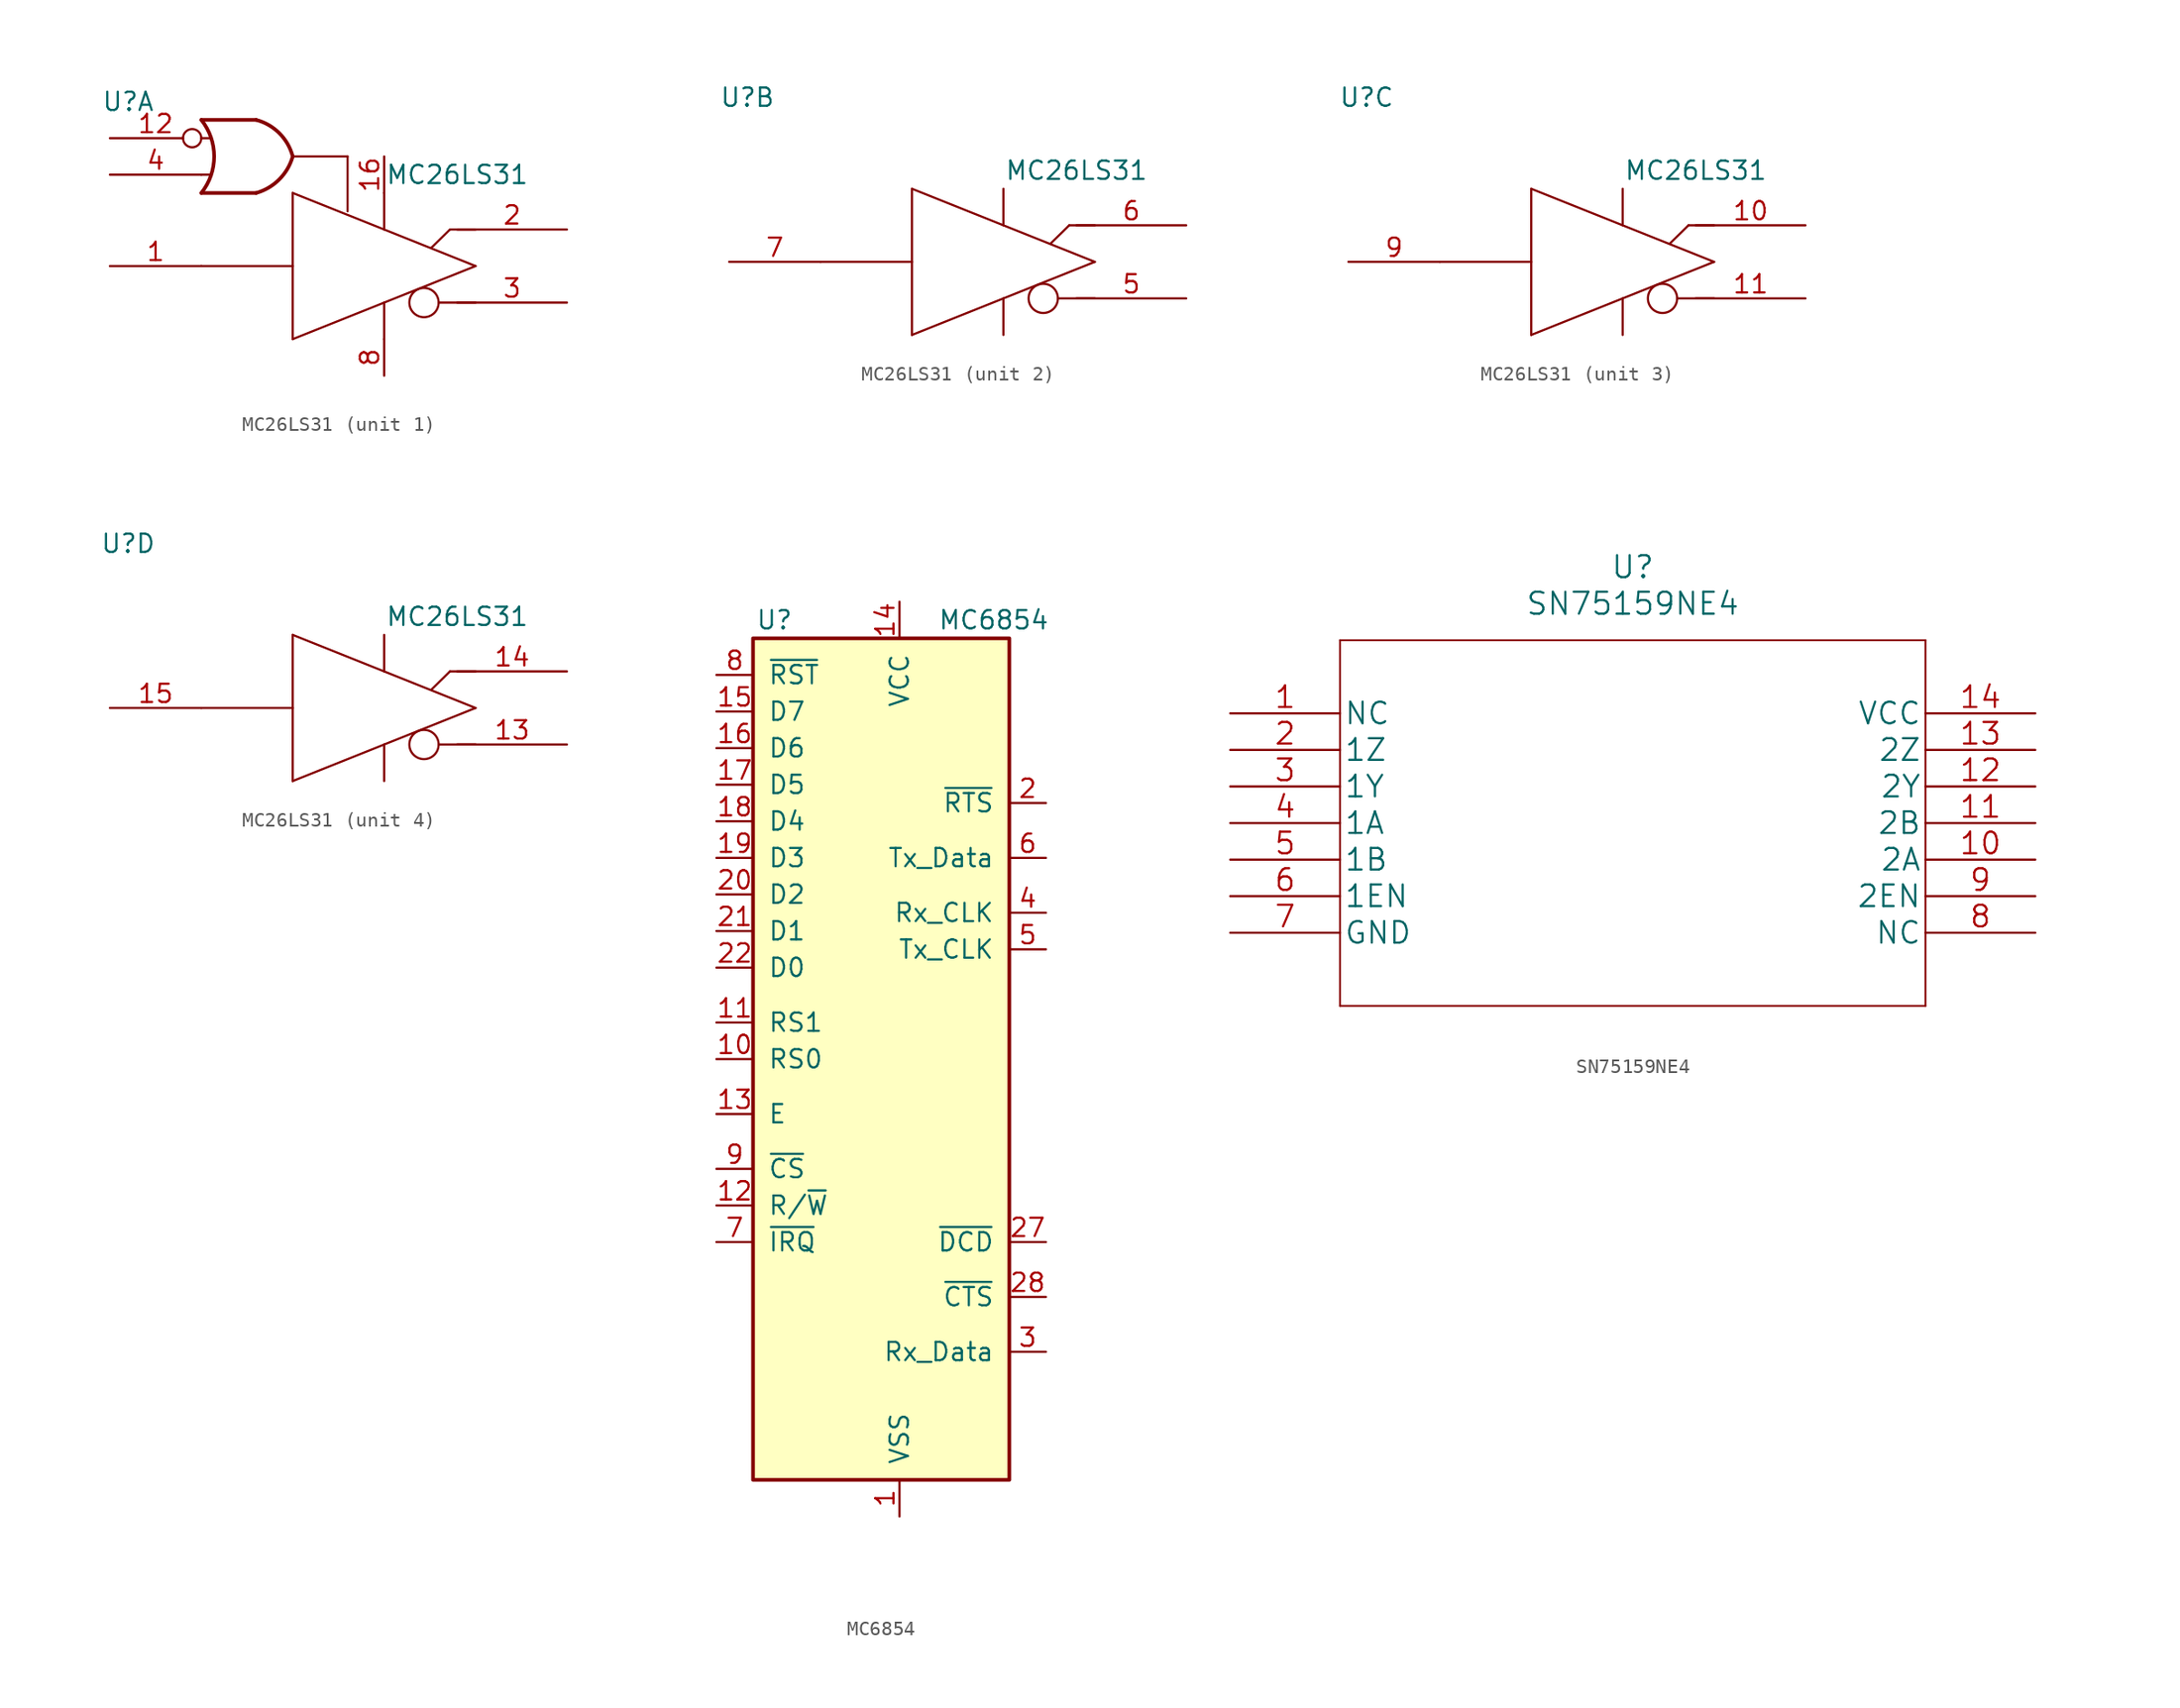
<source format=kicad_sym>
(kicad_symbol_lib
  (version 20241209)
  (generator "kicad_symbol_editor")
  (generator_version "9.0")
  (symbol "MC26LS31"
    (pin_names
      (offset 1.016)
      (hide yes))
    (property "Reference" "U"
      (at -17.78 11.43 0)
      (effects (font (size 1.27 1.27))))
    (property "Value" "MC26LS31"
      (at 5.08 6.35 0)
      (effects (font (size 1.27 1.27))))
    (property "ki_locked" ""
      (at 0 0 0)
      (effects (font (size 1.27 1.27))))
    (symbol "MC26LS31_0_1"
      (polyline (pts (xy -12.7 0) (xy -6.35 0)) (stroke (width 0) (type default)) (fill (type none)))
      (polyline (pts (xy -6.35 5.08) (xy -6.35 -5.08)) (stroke (width 0) (type default)) (fill (type none)))
      (polyline (pts (xy -6.35 -5.08) (xy 6.35 0)) (stroke (width 0) (type default)) (fill (type none)))
      (polyline (pts (xy 0 5.08) (xy 0 2.54)) (stroke (width 0) (type default)) (fill (type none)))
      (polyline (pts (xy 0 -5.08) (xy 0 -2.54)) (stroke (width 0) (type default)) (fill (type none)))
      (circle (center 2.769 -2.54) (radius 1.016) (stroke (width 0) (type default)) (fill (type none)))
      (polyline (pts (xy 3.81 -2.54) (xy 6.35 -2.54)) (stroke (width 0) (type default)) (fill (type none)))
      (polyline (pts (xy 4.572 2.54) (xy 3.277 1.27)) (stroke (width 0) (type default)) (fill (type none)))
      (polyline (pts (xy 6.35 2.54) (xy 4.572 2.54)) (stroke (width 0) (type default)) (fill (type none)))
      (polyline (pts (xy 6.35 0) (xy -6.35 5.08)) (stroke (width 0) (type default)) (fill (type none))))
    (symbol "MC26LS31_1_1"
      (arc (start -12.7 10.16) (mid -11.809 7.62) (end -12.7 5.08) (stroke (width 0.254) (type default)) (fill (type none)))
      (polyline (pts (xy -12.7 8.89) (xy -12.065 8.89)) (stroke (width 0) (type default)) (fill (type none)))
      (polyline (pts (xy -12.7 6.35) (xy -12.065 6.35)) (stroke (width 0) (type default)) (fill (type none)))
      (arc (start -6.35 7.62) (mid -7.289 6.019) (end -8.89 5.08) (stroke (width 0.254) (type default)) (fill (type none)))
      (arc (start -8.89 10.16) (mid -7.2764 9.2336) (end -6.35 7.62) (stroke (width 0.254) (type default)) (fill (type none)))
      (polyline (pts (xy -8.89 10.16) (xy -12.7 10.16)) (stroke (width 0.254) (type default)) (fill (type background)))
      (polyline (pts (xy -8.89 5.08) (xy -12.7 5.08)) (stroke (width 0.254) (type default)) (fill (type background)))
      (polyline (pts (xy -6.35 7.62) (xy -2.54 7.62)) (stroke (width 0) (type default)) (fill (type none)))
      (polyline (pts (xy -2.54 3.81) (xy -2.54 7.62)) (stroke (width 0) (type default)) (fill (type none)))
      (pin input inverted (at -19.05 8.89 0) (length 6.35) (name "~{G}" (effects (font (size 1.27 1.27)))) (number "12" (effects (font (size 1.27 1.27)))))
      (pin input line (at -19.05 6.35 0) (length 6.35) (name "G" (effects (font (size 1.27 1.27)))) (number "4" (effects (font (size 1.27 1.27)))))
      (pin input line (at -19.05 0 0) (length 6.35) (name "3A" (effects (font (size 1.27 1.27)))) (number "1" (effects (font (size 1.27 1.27)))))
      (pin power_in line (at 0 7.62 270) (length 2.54) (name "+5V" (effects (font (size 1.27 1.27)))) (number "16" (effects (font (size 1.27 1.27)))))
      (pin power_in line (at 0 -7.62 90) (length 2.54) (name "GND" (effects (font (size 1.27 1.27)))) (number "8" (effects (font (size 1.27 1.27)))))
      (pin tri_state line (at 12.7 2.54 180) (length 7.62) (name "3Y" (effects (font (size 1.27 1.27)))) (number "2" (effects (font (size 1.27 1.27)))))
      (pin tri_state line (at 12.7 -2.54 180) (length 7.62) (name "3Z" (effects (font (size 1.27 1.27)))) (number "3" (effects (font (size 1.27 1.27))))))
    (symbol "MC26LS31_2_1"
      (pin input line (at -19.05 0 0) (length 6.35) (name "3A" (effects (font (size 1.27 1.27)))) (number "7" (effects (font (size 1.27 1.27)))))
      (pin tri_state line (at 12.7 2.54 180) (length 7.62) (name "3Y" (effects (font (size 1.27 1.27)))) (number "6" (effects (font (size 1.27 1.27)))))
      (pin tri_state line (at 12.7 -2.54 180) (length 7.62) (name "3Z" (effects (font (size 1.27 1.27)))) (number "5" (effects (font (size 1.27 1.27))))))
    (symbol "MC26LS31_3_1"
      (pin input line (at -19.05 0 0) (length 6.35) (name "3A" (effects (font (size 1.27 1.27)))) (number "9" (effects (font (size 1.27 1.27)))))
      (pin tri_state line (at 12.7 2.54 180) (length 7.62) (name "3Y" (effects (font (size 1.27 1.27)))) (number "10" (effects (font (size 1.27 1.27)))))
      (pin tri_state line (at 12.7 -2.54 180) (length 7.62) (name "3Z" (effects (font (size 1.27 1.27)))) (number "11" (effects (font (size 1.27 1.27))))))
    (symbol "MC26LS31_4_1"
      (pin input line (at -19.05 0 0) (length 6.35) (name "3A" (effects (font (size 1.27 1.27)))) (number "15" (effects (font (size 1.27 1.27)))))
      (pin tri_state line (at 12.7 2.54 180) (length 7.62) (name "3Y" (effects (font (size 1.27 1.27)))) (number "14" (effects (font (size 1.27 1.27)))))
      (pin tri_state line (at 12.7 -2.54 180) (length 7.62) (name "3Z" (effects (font (size 1.27 1.27)))) (number "13" (effects (font (size 1.27 1.27)))))))
  (symbol "MC6854"
    (pin_names
      (offset 1.016))
    (property "Reference" "U"
      (at -7.366 31.75 0)
      (effects (font (size 1.27 1.27)) (justify right)))
    (property "Value" "MC6854"
      (at 10.414 31.75 0)
      (effects (font (size 1.27 1.27)) (justify right)))
    (symbol "MC6854_1_1"
      (rectangle (start -10.16 -27.94) (end 7.62 30.48) (stroke (width 0.254) (type default)) (fill (type background)))
      (pin input line (at -12.7 27.94 0) (length 2.54) (name "~{RST}" (effects (font (size 1.27 1.27)))) (number "8" (effects (font (size 1.27 1.27)))))
      (pin bidirectional line (at -12.7 25.4 0) (length 2.54) (name "D7" (effects (font (size 1.27 1.27)))) (number "15" (effects (font (size 1.27 1.27)))))
      (pin bidirectional line (at -12.7 22.86 0) (length 2.54) (name "D6" (effects (font (size 1.27 1.27)))) (number "16" (effects (font (size 1.27 1.27)))))
      (pin bidirectional line (at -12.7 20.32 0) (length 2.54) (name "D5" (effects (font (size 1.27 1.27)))) (number "17" (effects (font (size 1.27 1.27)))))
      (pin bidirectional line (at -12.7 17.78 0) (length 2.54) (name "D4" (effects (font (size 1.27 1.27)))) (number "18" (effects (font (size 1.27 1.27)))))
      (pin bidirectional line (at -12.7 15.24 0) (length 2.54) (name "D3" (effects (font (size 1.27 1.27)))) (number "19" (effects (font (size 1.27 1.27)))))
      (pin bidirectional line (at -12.7 12.7 0) (length 2.54) (name "D2" (effects (font (size 1.27 1.27)))) (number "20" (effects (font (size 1.27 1.27)))))
      (pin bidirectional line (at -12.7 10.16 0) (length 2.54) (name "D1" (effects (font (size 1.27 1.27)))) (number "21" (effects (font (size 1.27 1.27)))))
      (pin bidirectional line (at -12.7 7.62 0) (length 2.54) (name "D0" (effects (font (size 1.27 1.27)))) (number "22" (effects (font (size 1.27 1.27)))))
      (pin input line (at -12.7 3.81 0) (length 2.54) (name "RS1" (effects (font (size 1.27 1.27)))) (number "11" (effects (font (size 1.27 1.27)))))
      (pin input line (at -12.7 1.27 0) (length 2.54) (name "RS0" (effects (font (size 1.27 1.27)))) (number "10" (effects (font (size 1.27 1.27)))))
      (pin input line (at -12.7 -2.54 0) (length 2.54) (name "E" (effects (font (size 1.27 1.27)))) (number "13" (effects (font (size 1.27 1.27)))))
      (pin input line (at -12.7 -6.35 0) (length 2.54) (name "~{CS}" (effects (font (size 1.27 1.27)))) (number "9" (effects (font (size 1.27 1.27)))))
      (pin input line (at -12.7 -8.89 0) (length 2.54) (name "R/~{W}" (effects (font (size 1.27 1.27)))) (number "12" (effects (font (size 1.27 1.27)))))
      (pin output line (at -12.7 -11.43 0) (length 2.54) (name "~{IRQ}" (effects (font (size 1.27 1.27)))) (number "7" (effects (font (size 1.27 1.27)))))
      (pin no_connect line (at -12.7 -15.24 0) (length 2.54) (hide yes) (name "N/C" (effects (font (size 1.27 1.27)))) (number "23" (effects (font (size 1.27 1.27)))))
      (pin no_connect line (at -12.7 -17.78 0) (length 2.54) (hide yes) (name "N/C" (effects (font (size 1.27 1.27)))) (number "24" (effects (font (size 1.27 1.27)))))
      (pin no_connect line (at -12.7 -20.32 0) (length 2.54) (hide yes) (name "N/C" (effects (font (size 1.27 1.27)))) (number "25" (effects (font (size 1.27 1.27)))))
      (pin no_connect line (at -12.7 -22.86 0) (length 2.54) (hide yes) (name "N/C" (effects (font (size 1.27 1.27)))) (number "26" (effects (font (size 1.27 1.27)))))
      (pin power_in line (at 0 33.02 270) (length 2.54) (name "VCC" (effects (font (size 1.27 1.27)))) (number "14" (effects (font (size 1.27 1.27)))))
      (pin power_in line (at 0 -30.48 90) (length 2.54) (name "VSS" (effects (font (size 1.27 1.27)))) (number "1" (effects (font (size 1.27 1.27)))))
      (pin output line (at 10.16 19.05 180) (length 2.54) (name "~{RTS}" (effects (font (size 1.27 1.27)))) (number "2" (effects (font (size 1.27 1.27)))))
      (pin output line (at 10.16 15.24 180) (length 2.54) (name "Tx_Data" (effects (font (size 1.27 1.27)))) (number "6" (effects (font (size 1.27 1.27)))))
      (pin input line (at 10.16 11.43 180) (length 2.54) (name "Rx_CLK" (effects (font (size 1.27 1.27)))) (number "4" (effects (font (size 1.27 1.27)))))
      (pin input line (at 10.16 8.89 180) (length 2.54) (name "Tx_CLK" (effects (font (size 1.27 1.27)))) (number "5" (effects (font (size 1.27 1.27)))))
      (pin input line (at 10.16 -11.43 180) (length 2.54) (name "~{DCD}" (effects (font (size 1.27 1.27)))) (number "27" (effects (font (size 1.27 1.27)))))
      (pin input line (at 10.16 -15.24 180) (length 2.54) (name "~{CTS}" (effects (font (size 1.27 1.27)))) (number "28" (effects (font (size 1.27 1.27)))))
      (pin input line (at 10.16 -19.05 180) (length 2.54) (name "Rx_Data" (effects (font (size 1.27 1.27)))) (number "3" (effects (font (size 1.27 1.27)))))))
  (symbol "SN75159NE4"
    (pin_names
      (offset 0.254))
    (property "Reference" "U"
      (at 27.94 10.16 0)
      (effects (font (size 1.524 1.524))))
    (property "Value" "SN75159NE4"
      (at 27.94 7.62 0)
      (effects (font (size 1.524 1.524))))
    (property "Datasheet" ""
      (at 0 0 0)
      (effects (font (size 1.524 1.524))))
    (property "ki_locked" ""
      (at 0 0 0)
      (effects (font (size 1.27 1.27))))
    (symbol "SN75159NE4_1_1"
      (polyline (pts (xy 7.62 5.08) (xy 7.62 -20.32)) (stroke (width 0.127) (type default)) (fill (type none)))
      (polyline (pts (xy 7.62 -20.32) (xy 48.26 -20.32)) (stroke (width 0.127) (type default)) (fill (type none)))
      (polyline (pts (xy 48.26 5.08) (xy 7.62 5.08)) (stroke (width 0.127) (type default)) (fill (type none)))
      (polyline (pts (xy 48.26 -20.32) (xy 48.26 5.08)) (stroke (width 0.127) (type default)) (fill (type none)))
      (pin unspecified line (at 0 0 0) (length 7.62) (name "NC" (effects (font (size 1.499 1.499)))) (number "1" (effects (font (size 1.499 1.499)))))
      (pin output line (at 0 -2.54 0) (length 7.62) (name "1Z" (effects (font (size 1.499 1.499)))) (number "2" (effects (font (size 1.499 1.499)))))
      (pin output line (at 0 -5.08 0) (length 7.62) (name "1Y" (effects (font (size 1.499 1.499)))) (number "3" (effects (font (size 1.499 1.499)))))
      (pin input line (at 0 -7.62 0) (length 7.62) (name "1A" (effects (font (size 1.499 1.499)))) (number "4" (effects (font (size 1.499 1.499)))))
      (pin input line (at 0 -10.16 0) (length 7.62) (name "1B" (effects (font (size 1.499 1.499)))) (number "5" (effects (font (size 1.499 1.499)))))
      (pin input line (at 0 -12.7 0) (length 7.62) (name "1EN" (effects (font (size 1.499 1.499)))) (number "6" (effects (font (size 1.499 1.499)))))
      (pin power_in line (at 0 -15.24 0) (length 7.62) (name "GND" (effects (font (size 1.499 1.499)))) (number "7" (effects (font (size 1.499 1.499)))))
      (pin power_in line (at 55.88 0 180) (length 7.62) (name "VCC" (effects (font (size 1.499 1.499)))) (number "14" (effects (font (size 1.499 1.499)))))
      (pin output line (at 55.88 -2.54 180) (length 7.62) (name "2Z" (effects (font (size 1.499 1.499)))) (number "13" (effects (font (size 1.499 1.499)))))
      (pin output line (at 55.88 -5.08 180) (length 7.62) (name "2Y" (effects (font (size 1.499 1.499)))) (number "12" (effects (font (size 1.499 1.499)))))
      (pin input line (at 55.88 -7.62 180) (length 7.62) (name "2B" (effects (font (size 1.499 1.499)))) (number "11" (effects (font (size 1.499 1.499)))))
      (pin input line (at 55.88 -10.16 180) (length 7.62) (name "2A" (effects (font (size 1.499 1.499)))) (number "10" (effects (font (size 1.499 1.499)))))
      (pin input line (at 55.88 -12.7 180) (length 7.62) (name "2EN" (effects (font (size 1.499 1.499)))) (number "9" (effects (font (size 1.499 1.499)))))
      (pin unspecified line (at 55.88 -15.24 180) (length 7.62) (name "NC" (effects (font (size 1.499 1.499)))) (number "8" (effects (font (size 1.499 1.499))))))))
</source>
